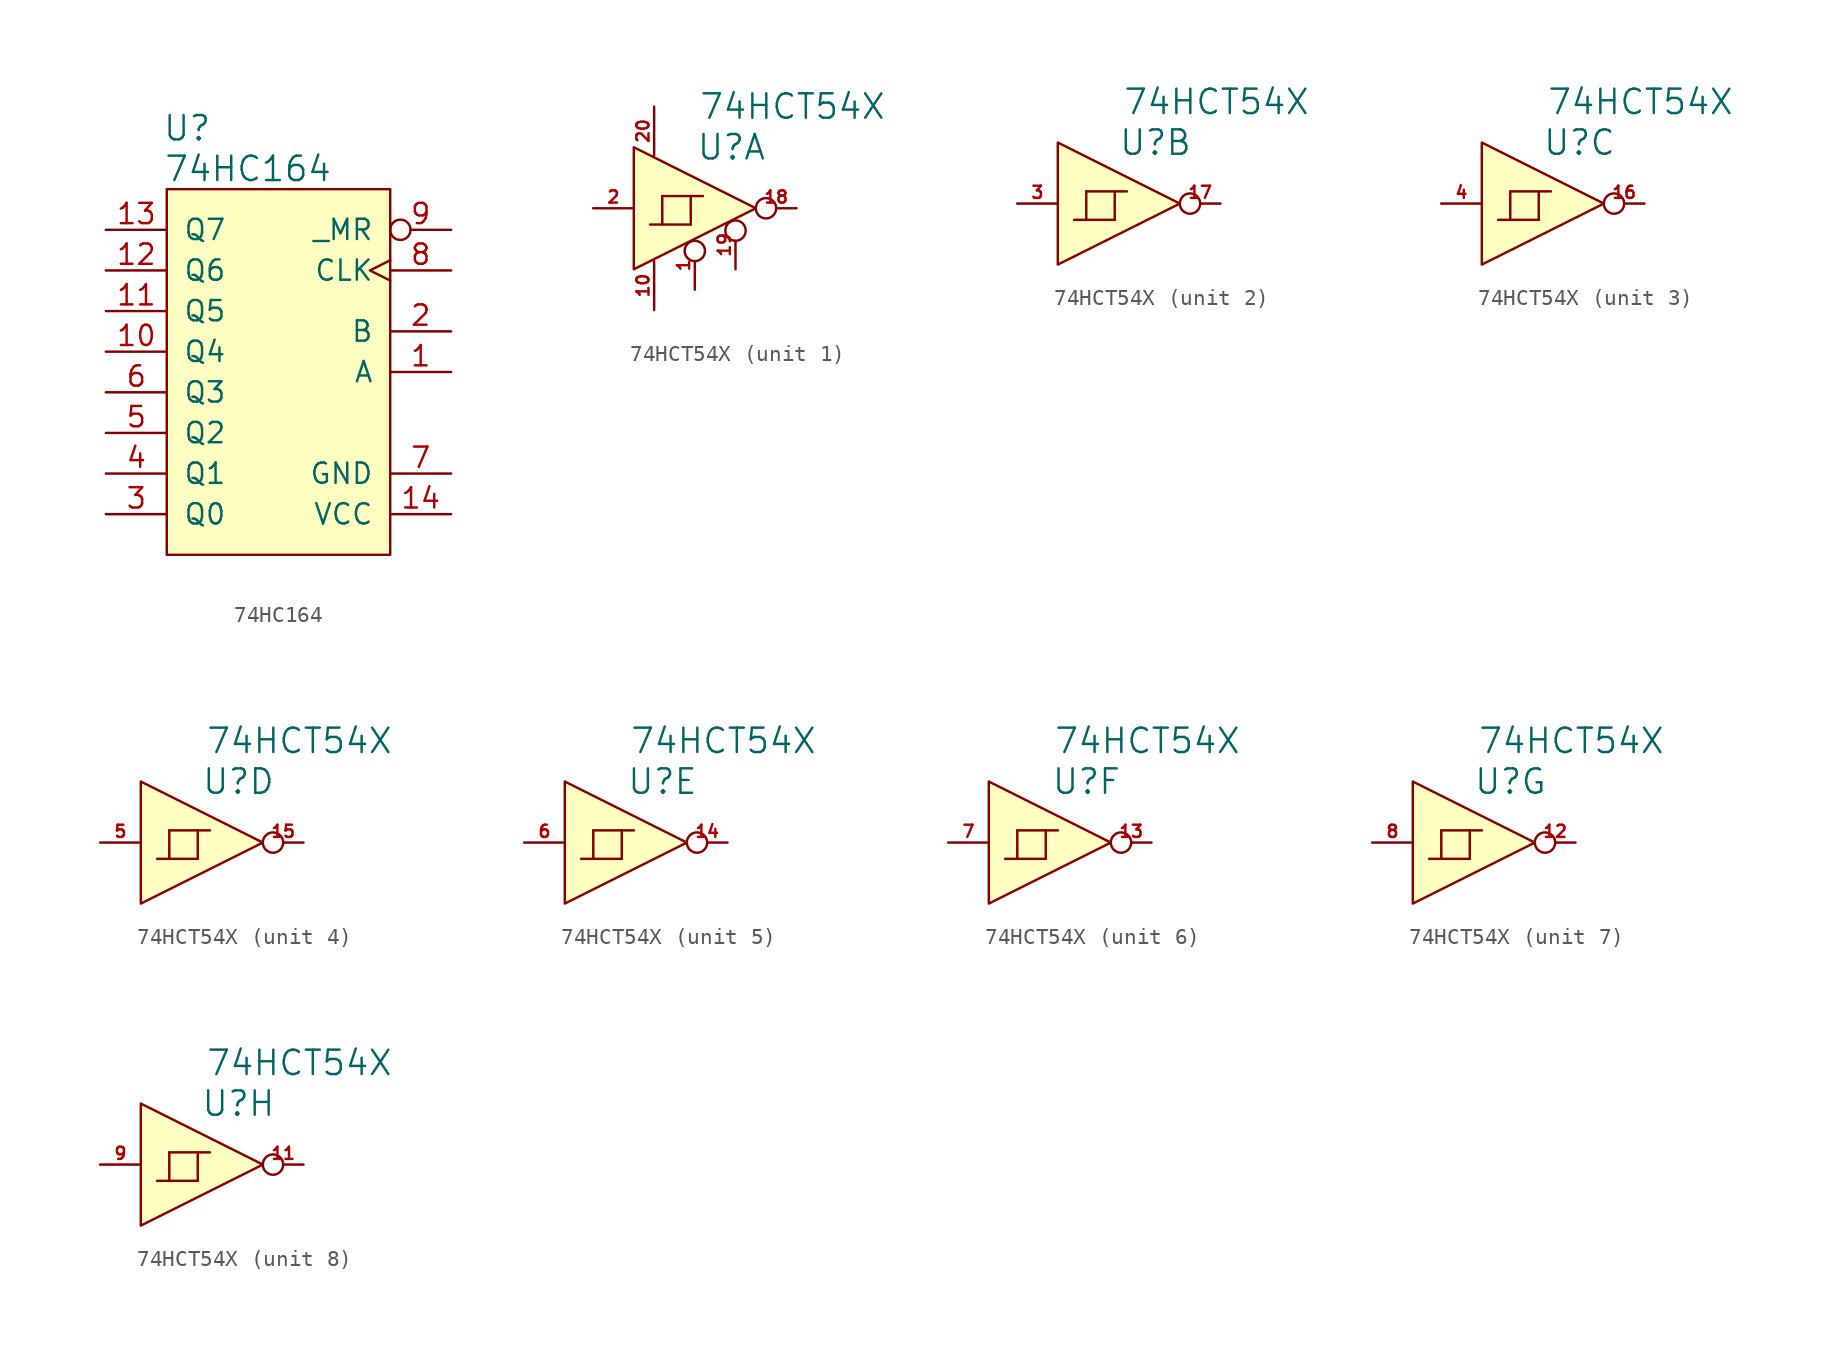
<source format=kicad_sym>
(kicad_symbol_lib
  (version 20211014)
  (generator kicad_symbol_editor)
  (symbol "74HC164"
    (pin_names
      (offset 1.016))
    (property "Reference" "U"
      (at -6.35 15.24 0)
      (effects (font (size 1.524 1.524))))
    (property "Value" "74HC164"
      (at -2.54 12.7 0)
      (effects (font (size 1.524 1.524))))
    (property "Footprint" ""
      (at -5.08 1.27 0)
      (effects (font (size 1.524 1.524))))
    (property "Datasheet" ""
      (at -5.08 1.27 0)
      (effects (font (size 1.524 1.524))))
    (symbol "74HC164_0_1"
      (rectangle (start -7.62 11.43) (end 6.35 -11.43) (stroke (width 0) (type default) (color 0 0 0 0)) (fill (type background))))
    (symbol "74HC164_1_1"
      (pin input line (at 10.16 0 180) (length 3.81) (name "A" (effects (font (size 1.27 1.27)))) (number "1" (effects (font (size 1.27 1.27)))))
      (pin input line (at -11.43 1.27 0) (length 3.81) (name "Q4" (effects (font (size 1.27 1.27)))) (number "10" (effects (font (size 1.27 1.27)))))
      (pin input line (at -11.43 3.81 0) (length 3.81) (name "Q5" (effects (font (size 1.27 1.27)))) (number "11" (effects (font (size 1.27 1.27)))))
      (pin input line (at -11.43 6.35 0) (length 3.81) (name "Q6" (effects (font (size 1.27 1.27)))) (number "12" (effects (font (size 1.27 1.27)))))
      (pin input line (at -11.43 8.89 0) (length 3.81) (name "Q7" (effects (font (size 1.27 1.27)))) (number "13" (effects (font (size 1.27 1.27)))))
      (pin input line (at 10.16 -8.89 180) (length 3.81) (name "VCC" (effects (font (size 1.27 1.27)))) (number "14" (effects (font (size 1.27 1.27)))))
      (pin input line (at 10.16 2.54 180) (length 3.81) (name "B" (effects (font (size 1.27 1.27)))) (number "2" (effects (font (size 1.27 1.27)))))
      (pin input line (at -11.43 -8.89 0) (length 3.81) (name "Q0" (effects (font (size 1.27 1.27)))) (number "3" (effects (font (size 1.27 1.27)))))
      (pin input line (at -11.43 -6.35 0) (length 3.81) (name "Q1" (effects (font (size 1.27 1.27)))) (number "4" (effects (font (size 1.27 1.27)))))
      (pin input line (at -11.43 -3.81 0) (length 3.81) (name "Q2" (effects (font (size 1.27 1.27)))) (number "5" (effects (font (size 1.27 1.27)))))
      (pin input line (at -11.43 -1.27 0) (length 3.81) (name "Q3" (effects (font (size 1.27 1.27)))) (number "6" (effects (font (size 1.27 1.27)))))
      (pin input line (at 10.16 -6.35 180) (length 3.81) (name "GND" (effects (font (size 1.27 1.27)))) (number "7" (effects (font (size 1.27 1.27)))))
      (pin input clock (at 10.16 6.35 180) (length 3.81) (name "CLK" (effects (font (size 1.27 1.27)))) (number "8" (effects (font (size 1.27 1.27)))))
      (pin input inverted (at 10.16 8.89 180) (length 3.81) (name "_MR" (effects (font (size 1.27 1.27)))) (number "9" (effects (font (size 1.27 1.27)))))))
  (symbol "74HCT54X"
    (pin_names
      (offset 1.016) hide)
    (property "Reference" "U"
      (at 2.286 3.81 0)
      (effects (font (size 1.524 1.524))))
    (property "Value" "74HCT54X"
      (at 6.096 6.35 0)
      (effects (font (size 1.524 1.524))))
    (property "Footprint" ""
      (at 0 0 0)
      (effects (font (size 1.524 1.524))))
    (property "Datasheet" ""
      (at 0 0 0)
      (effects (font (size 1.524 1.524))))
    (symbol "74HCT54X_0_1"
      (polyline (pts (xy -2.794 -1.016) (xy -0.254 -1.016)) (stroke (width 0) (type default) (color 0 0 0 0)) (fill (type none)))
      (polyline (pts (xy -2.032 0.762) (xy -2.032 -1.016)) (stroke (width 0) (type default) (color 0 0 0 0)) (fill (type none)))
      (polyline (pts (xy -2.032 0.762) (xy 0.508 0.762)) (stroke (width 0) (type default) (color 0 0 0 0)) (fill (type none)))
      (polyline (pts (xy -0.254 -1.016) (xy -0.254 0.762)) (stroke (width 0) (type default) (color 0 0 0 0)) (fill (type none)))
      (polyline (pts (xy -3.81 3.81) (xy -3.81 -3.81) (xy 3.81 0) (xy -3.81 3.81) (xy -3.81 3.81)) (stroke (width 0) (type default) (color 0 0 0 0)) (fill (type background))))
    (symbol "74HCT54X_1_1"
      (pin passive inverted (at 0 -5.08 90) (length 3.048) (name "OE1" (effects (font (size 0.762 0.762)))) (number "1" (effects (font (size 0.762 0.762)))))
      (pin passive line (at -2.54 -6.35 90) (length 3.048) (name "GND" (effects (font (size 0.762 0.762)))) (number "10" (effects (font (size 0.762 0.762)))))
      (pin passive inverted (at 6.35 0 180) (length 2.54) (name "Y0" (effects (font (size 0.762 0.762)))) (number "18" (effects (font (size 0.762 0.762)))))
      (pin passive inverted (at 2.54 -3.81 90) (length 3.048) (name "OE2" (effects (font (size 0.762 0.762)))) (number "19" (effects (font (size 0.762 0.762)))))
      (pin passive line (at -6.35 0 0) (length 2.54) (name "A0" (effects (font (size 0.762 0.762)))) (number "2" (effects (font (size 0.762 0.762)))))
      (pin passive line (at -2.54 6.35 270) (length 3.048) (name "VCC" (effects (font (size 0.762 0.762)))) (number "20" (effects (font (size 0.762 0.762))))))
    (symbol "74HCT54X_2_1"
      (pin passive inverted (at 6.35 0 180) (length 2.54) (name "Y1" (effects (font (size 0.762 0.762)))) (number "17" (effects (font (size 0.762 0.762)))))
      (pin passive line (at -6.35 0 0) (length 2.54) (name "A1" (effects (font (size 0.762 0.762)))) (number "3" (effects (font (size 0.762 0.762))))))
    (symbol "74HCT54X_3_1"
      (pin passive inverted (at 6.35 0 180) (length 2.54) (name "Y2" (effects (font (size 0.762 0.762)))) (number "16" (effects (font (size 0.762 0.762)))))
      (pin passive line (at -6.35 0 0) (length 2.54) (name "A2" (effects (font (size 0.762 0.762)))) (number "4" (effects (font (size 0.762 0.762))))))
    (symbol "74HCT54X_4_1"
      (pin passive inverted (at 6.35 0 180) (length 2.54) (name "Y3" (effects (font (size 0.762 0.762)))) (number "15" (effects (font (size 0.762 0.762)))))
      (pin passive line (at -6.35 0 0) (length 2.54) (name "A3" (effects (font (size 0.762 0.762)))) (number "5" (effects (font (size 0.762 0.762))))))
    (symbol "74HCT54X_5_1"
      (pin passive inverted (at 6.35 0 180) (length 2.54) (name "Y4" (effects (font (size 0.762 0.762)))) (number "14" (effects (font (size 0.762 0.762)))))
      (pin passive line (at -6.35 0 0) (length 2.54) (name "A4" (effects (font (size 0.762 0.762)))) (number "6" (effects (font (size 0.762 0.762))))))
    (symbol "74HCT54X_6_1"
      (pin passive inverted (at 6.35 0 180) (length 2.54) (name "Y5" (effects (font (size 0.762 0.762)))) (number "13" (effects (font (size 0.762 0.762)))))
      (pin passive line (at -6.35 0 0) (length 2.54) (name "A5" (effects (font (size 0.762 0.762)))) (number "7" (effects (font (size 0.762 0.762))))))
    (symbol "74HCT54X_7_1"
      (pin passive inverted (at 6.35 0 180) (length 2.54) (name "Y6" (effects (font (size 0.762 0.762)))) (number "12" (effects (font (size 0.762 0.762)))))
      (pin passive line (at -6.35 0 0) (length 2.54) (name "A6" (effects (font (size 0.762 0.762)))) (number "8" (effects (font (size 0.762 0.762))))))
    (symbol "74HCT54X_8_1"
      (pin passive inverted (at 6.35 0 180) (length 2.54) (name "Y7" (effects (font (size 0.762 0.762)))) (number "11" (effects (font (size 0.762 0.762)))))
      (pin passive line (at -6.35 0 0) (length 2.54) (name "A7" (effects (font (size 0.762 0.762)))) (number "9" (effects (font (size 0.762 0.762))))))))
</source>
